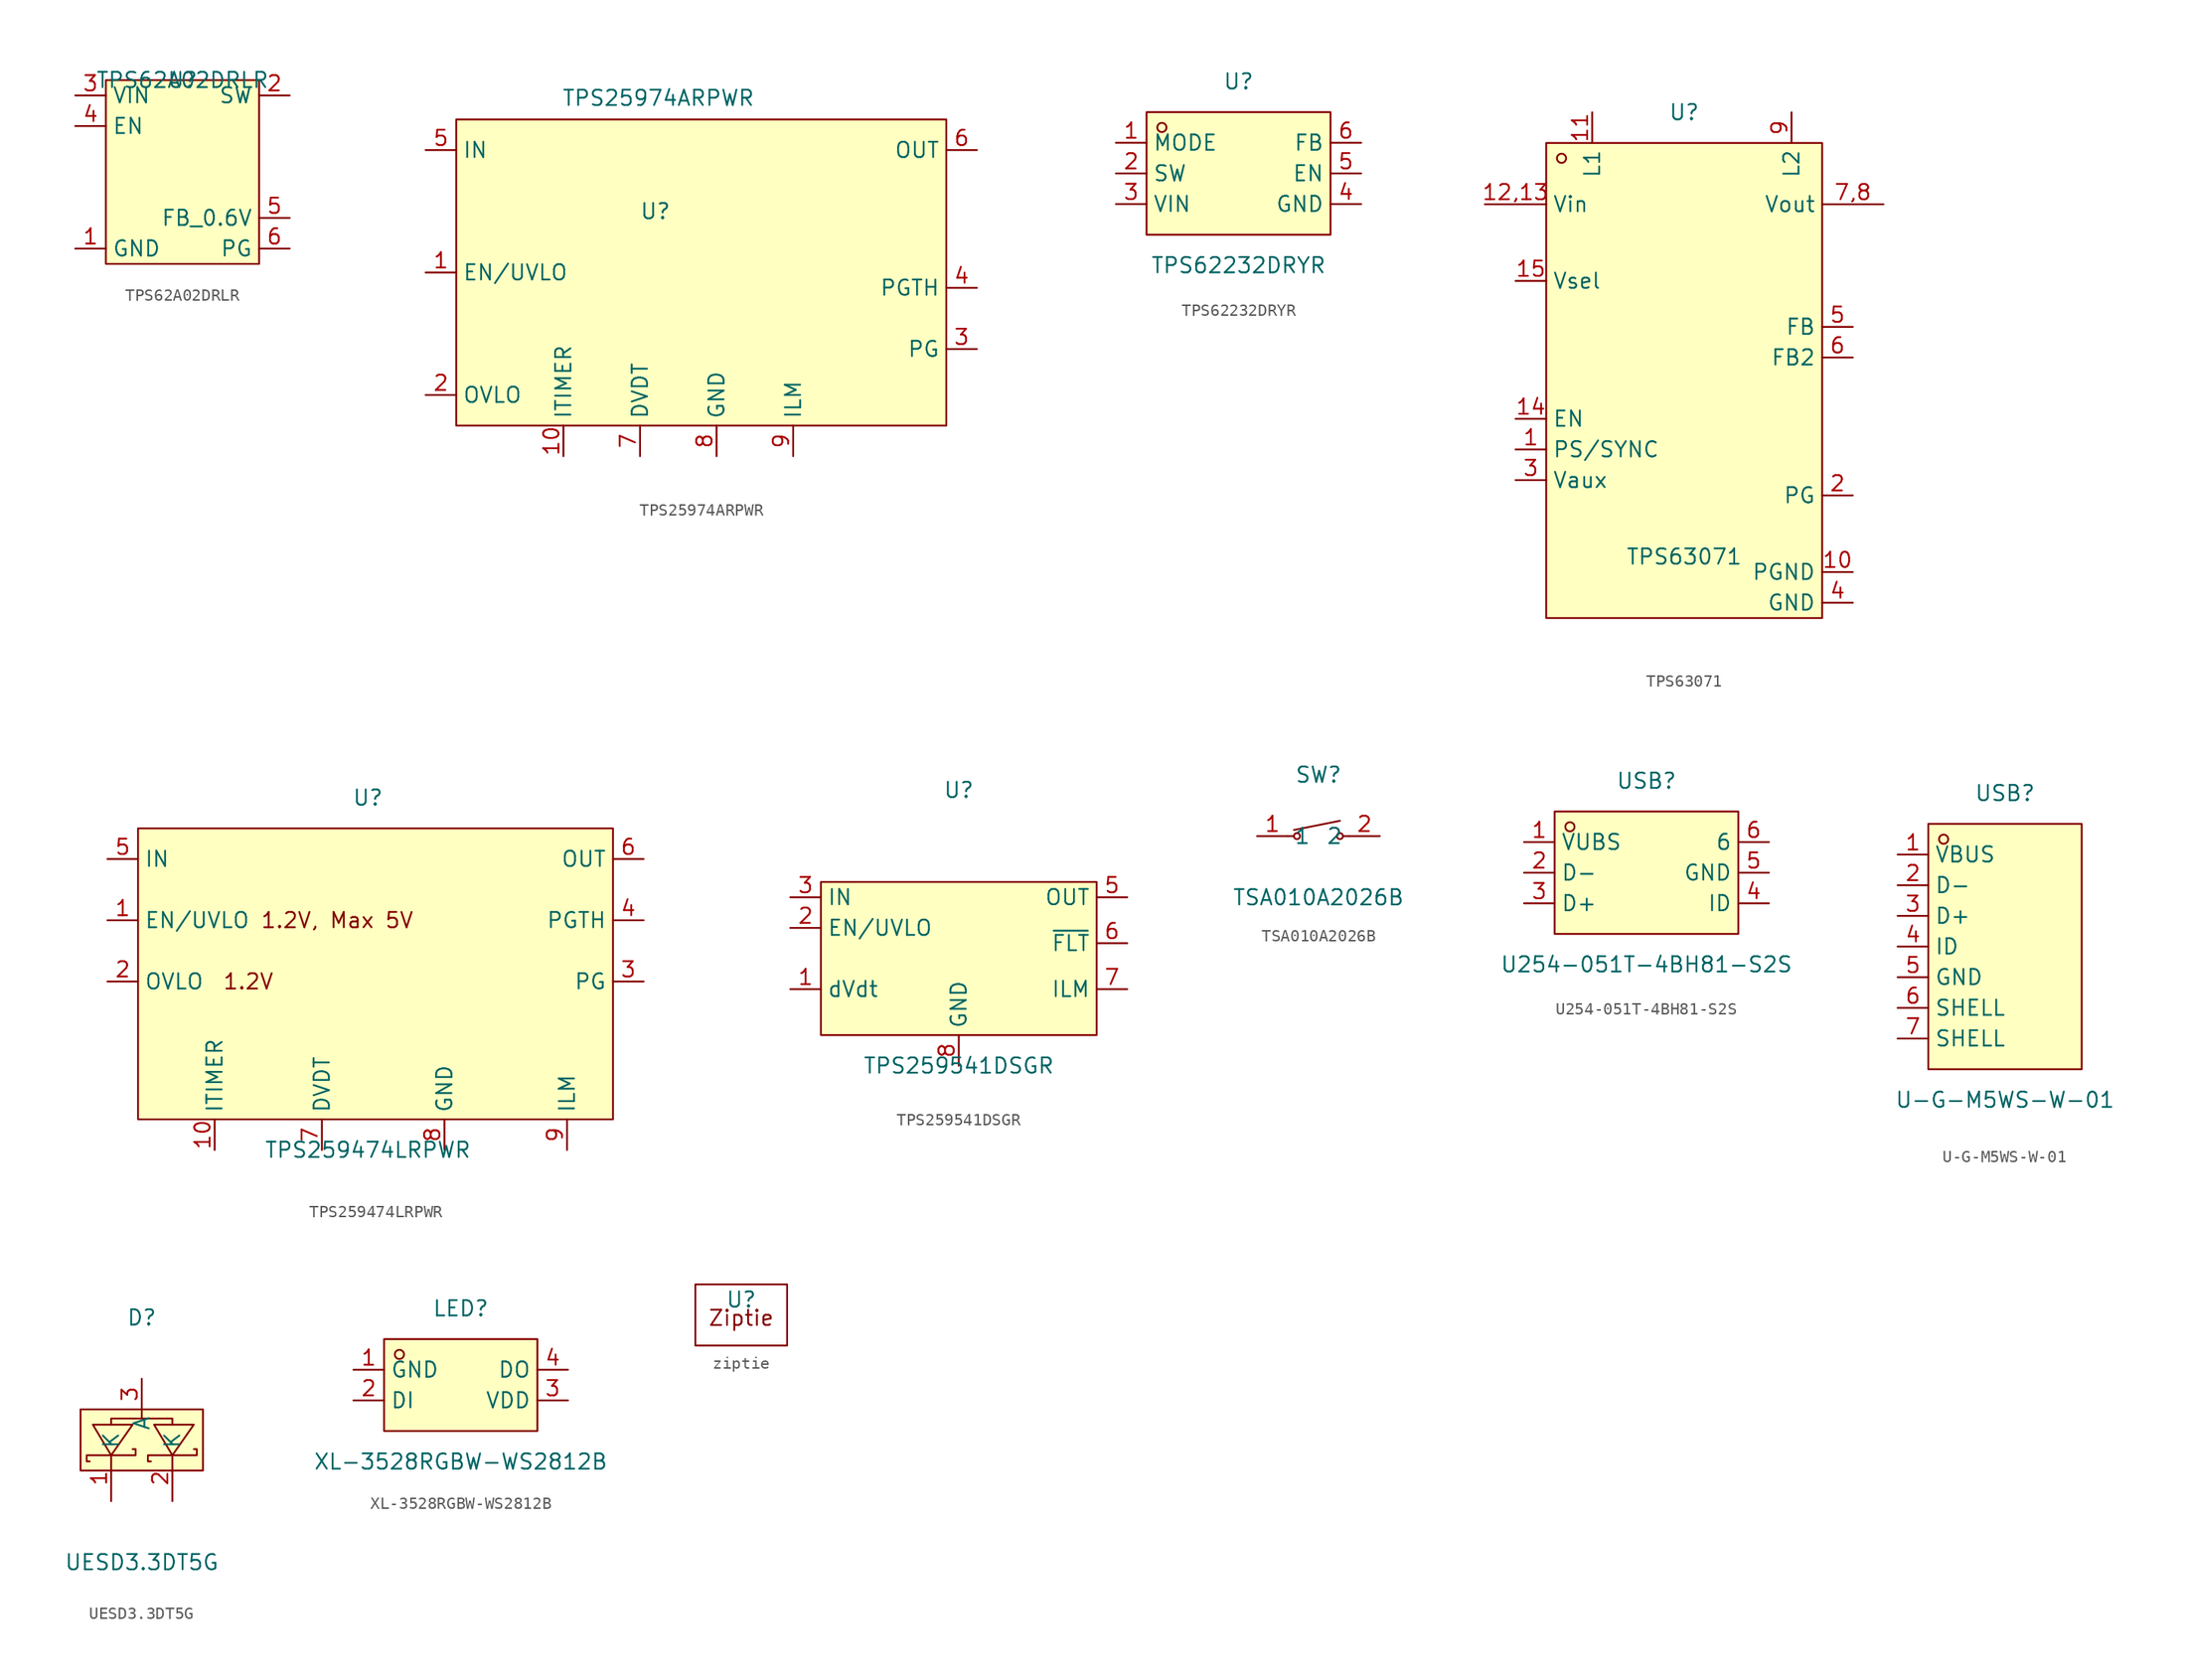
<source format=kicad_sym>
(kicad_symbol_lib
  (version 20231120)
  (generator "kicad_symbol_editor")
  (generator_version "8.0")
  (symbol "TPS62A02DRLR"
    (property "Reference" "U"
      (at 0 0 0)
      (effects (font (size 1.27 1.27))))
    (property "Value" "TPS62A02DRLR"
      (at 0 0 0)
      (effects (font (size 1.27 1.27))))
    (symbol "TPS62A02DRLR_1_1"
      (rectangle (start -6.35 0) (end 6.35 -15.24) (stroke (width 0) (type default)) (fill (type background)))
      (pin input line (at -8.89 -13.97 0) (length 2.54) (name "GND" (effects (font (size 1.27 1.27)))) (number "1" (effects (font (size 1.27 1.27)))))
      (pin power_out line (at 8.89 -1.27 180) (length 2.54) (name "SW" (effects (font (size 1.27 1.27)))) (number "2" (effects (font (size 1.27 1.27)))))
      (pin power_in line (at -8.89 -1.27 0) (length 2.54) (name "VIN" (effects (font (size 1.27 1.27)))) (number "3" (effects (font (size 1.27 1.27)))))
      (pin input line (at -8.89 -3.81 0) (length 2.54) (name "EN" (effects (font (size 1.27 1.27)))) (number "4" (effects (font (size 1.27 1.27)))))
      (pin input line (at 8.89 -11.43 180) (length 2.54) (name "FB_0.6V" (effects (font (size 1.27 1.27)))) (number "5" (effects (font (size 1.27 1.27)))))
      (pin input line (at 8.89 -13.97 180) (length 2.54) (name "PG" (effects (font (size 1.27 1.27)))) (number "6" (effects (font (size 1.27 1.27)))))))
  (symbol "TPS25974ARPWR"
    (property "Reference" "U"
      (at 0 10.16 0)
      (effects (font (size 1.27 1.27))))
    (property "Value" "TPS25974ARPWR"
      (at 0.254 19.558 0)
      (effects (font (size 1.27 1.27))))
    (symbol "TPS25974ARPWR_0_1"
      (rectangle (start -16.51 17.78) (end 24.13 -7.62) (stroke (width 0) (type default)) (fill (type background)))
      (pin unspecified line (at -19.05 5.08 0) (length 2.54) (name "EN/UVLO" (effects (font (size 1.27 1.27)))) (number "1" (effects (font (size 1.27 1.27)))))
      (pin unspecified line (at -19.05 15.24 0) (length 2.54) (name "IN" (effects (font (size 1.27 1.27)))) (number "5" (effects (font (size 1.27 1.27)))))
      (pin unspecified line (at 26.67 15.24 180) (length 2.54) (name "OUT" (effects (font (size 1.27 1.27)))) (number "6" (effects (font (size 1.27 1.27)))))
      (pin unspecified line (at -1.27 -10.16 90) (length 2.54) (name "DVDT" (effects (font (size 1.27 1.27)))) (number "7" (effects (font (size 1.27 1.27)))))
      (pin unspecified line (at 5.08 -10.16 90) (length 2.54) (name "GND" (effects (font (size 1.27 1.27)))) (number "8" (effects (font (size 1.27 1.27)))))
      (pin unspecified line (at 11.43 -10.16 90) (length 2.54) (name "ILM" (effects (font (size 1.27 1.27)))) (number "9" (effects (font (size 1.27 1.27))))))
    (symbol "TPS25974ARPWR_1_1"
      (pin unspecified line (at -7.62 -10.16 90) (length 2.54) (name "ITIMER" (effects (font (size 1.27 1.27)))) (number "10" (effects (font (size 1.27 1.27)))))
      (pin unspecified line (at -19.05 -5.08 0) (length 2.54) (name "OVLO" (effects (font (size 1.27 1.27)))) (number "2" (effects (font (size 1.27 1.27)))))
      (pin unspecified line (at 26.67 -1.27 180) (length 2.54) (name "PG" (effects (font (size 1.27 1.27)))) (number "3" (effects (font (size 1.27 1.27)))))
      (pin unspecified line (at 26.67 3.81 180) (length 2.54) (name "PGTH" (effects (font (size 1.27 1.27)))) (number "4" (effects (font (size 1.27 1.27)))))))
  (symbol "TPS62232DRYR"
    (property "Reference" "U"
      (at 0 7.62 0)
      (effects (font (size 1.27 1.27))))
    (property "Value" "TPS62232DRYR"
      (at 0 -7.62 0)
      (effects (font (size 1.27 1.27))))
    (symbol "TPS62232DRYR_0_1"
      (rectangle (start -7.62 5.08) (end 7.62 -5.08) (stroke (width 0) (type default)) (fill (type background)))
      (circle (center -6.35 3.81) (radius 0.38) (stroke (width 0) (type default)) (fill (type none)))
      (pin unspecified line (at -10.16 2.54 0) (length 2.54) (name "MODE" (effects (font (size 1.27 1.27)))) (number "1" (effects (font (size 1.27 1.27)))))
      (pin unspecified line (at -10.16 0 0) (length 2.54) (name "SW" (effects (font (size 1.27 1.27)))) (number "2" (effects (font (size 1.27 1.27)))))
      (pin unspecified line (at -10.16 -2.54 0) (length 2.54) (name "VIN" (effects (font (size 1.27 1.27)))) (number "3" (effects (font (size 1.27 1.27)))))
      (pin unspecified line (at 10.16 -2.54 180) (length 2.54) (name "GND" (effects (font (size 1.27 1.27)))) (number "4" (effects (font (size 1.27 1.27)))))
      (pin unspecified line (at 10.16 0 180) (length 2.54) (name "EN" (effects (font (size 1.27 1.27)))) (number "5" (effects (font (size 1.27 1.27)))))
      (pin unspecified line (at 10.16 2.54 180) (length 2.54) (name "FB" (effects (font (size 1.27 1.27)))) (number "6" (effects (font (size 1.27 1.27)))))))
  (symbol "TPS63071"
    (property "Reference" "U"
      (at 0 13.97 0)
      (effects (font (size 1.27 1.27))))
    (property "Value" "TPS63071"
      (at 0 -22.86 0)
      (effects (font (size 1.27 1.27))))
    (symbol "TPS63071_0_1"
      (rectangle (start -11.43 11.43) (end 11.43 -27.94) (stroke (width 0) (type default)) (fill (type background)))
      (circle (center -10.16 10.16) (radius 0.38) (stroke (width 0) (type default)) (fill (type none)))
      (pin unspecified line (at -13.97 -13.97 0) (length 2.54) (name "PS/SYNC" (effects (font (size 1.27 1.27)))) (number "1" (effects (font (size 1.27 1.27)))))
      (pin unspecified line (at 13.97 -24.13 180) (length 2.54) (name "PGND" (effects (font (size 1.27 1.27)))) (number "10" (effects (font (size 1.27 1.27)))))
      (pin unspecified line (at -13.97 -11.43 0) (length 2.54) (name "EN" (effects (font (size 1.27 1.27)))) (number "14" (effects (font (size 1.27 1.27)))))
      (pin unspecified line (at -13.97 0 0) (length 2.54) (name "Vsel" (effects (font (size 1.27 1.27)))) (number "15" (effects (font (size 1.27 1.27)))))
      (pin unspecified line (at 13.97 -17.78 180) (length 2.54) (name "PG" (effects (font (size 1.27 1.27)))) (number "2" (effects (font (size 1.27 1.27)))))
      (pin unspecified line (at -13.97 -16.51 0) (length 2.54) (name "Vaux" (effects (font (size 1.27 1.27)))) (number "3" (effects (font (size 1.27 1.27)))))
      (pin unspecified line (at 13.97 -26.67 180) (length 2.54) (name "GND" (effects (font (size 1.27 1.27)))) (number "4" (effects (font (size 1.27 1.27)))))
      (pin unspecified line (at 13.97 -3.81 180) (length 2.54) (name "FB" (effects (font (size 1.27 1.27)))) (number "5" (effects (font (size 1.27 1.27)))))
      (pin unspecified line (at 13.97 -6.35 180) (length 2.54) (name "FB2" (effects (font (size 1.27 1.27)))) (number "6" (effects (font (size 1.27 1.27)))))
      (pin unspecified line (at 8.89 13.97 270) (length 2.54) (name "L2" (effects (font (size 1.27 1.27)))) (number "9" (effects (font (size 1.27 1.27))))))
    (symbol "TPS63071_1_1"
      (pin power_out line (at -7.62 13.97 270) (length 2.54) (name "L1" (effects (font (size 1.27 1.27)))) (number "11" (effects (font (size 1.27 1.27)))))
      (pin power_in line (at -16.51 6.35 0) (length 5.08) (name "Vin" (effects (font (size 1.27 1.27)))) (number "12,13" (effects (font (size 1.27 1.27)))))
      (pin unspecified line (at 16.51 6.35 180) (length 5.08) (name "Vout" (effects (font (size 1.27 1.27)))) (number "7,8" (effects (font (size 1.27 1.27)))))))
  (symbol "TPS259474LRPWR"
    (property "Reference" "U"
      (at 0 10.16 0)
      (effects (font (size 1.27 1.27))))
    (property "Value" "TPS259474LRPWR"
      (at 0 -19.05 0)
      (effects (font (size 1.27 1.27))))
    (symbol "TPS259474LRPWR_0_1"
      (rectangle (start -19.05 7.62) (end 20.32 -16.51) (stroke (width 0) (type default)) (fill (type background)))
      (pin unspecified line (at -21.59 0 0) (length 2.54) (name "EN/UVLO" (effects (font (size 1.27 1.27)))) (number "1" (effects (font (size 1.27 1.27)))))
      (pin unspecified line (at -12.7 -19.05 90) (length 2.54) (name "ITIMER" (effects (font (size 1.27 1.27)))) (number "10" (effects (font (size 1.27 1.27)))))
      (pin unspecified line (at -21.59 5.08 0) (length 2.54) (name "IN" (effects (font (size 1.27 1.27)))) (number "5" (effects (font (size 1.27 1.27)))))
      (pin unspecified line (at -3.81 -19.05 90) (length 2.54) (name "DVDT" (effects (font (size 1.27 1.27)))) (number "7" (effects (font (size 1.27 1.27)))))
      (pin unspecified line (at 6.35 -19.05 90) (length 2.54) (name "GND" (effects (font (size 1.27 1.27)))) (number "8" (effects (font (size 1.27 1.27)))))
      (pin unspecified line (at 16.51 -19.05 90) (length 2.54) (name "ILM" (effects (font (size 1.27 1.27)))) (number "9" (effects (font (size 1.27 1.27))))))
    (symbol "TPS259474LRPWR_1_1"
      (text "1.2V" (at -9.906 -5.08 0) (effects (font (size 1.27 1.27))))
      (text "1.2V, Max 5V" (at -2.54 0 0) (effects (font (size 1.27 1.27))))
      (pin unspecified line (at -21.59 -5.08 0) (length 2.54) (name "OVLO" (effects (font (size 1.27 1.27)))) (number "2" (effects (font (size 1.27 1.27)))))
      (pin unspecified line (at 22.86 -5.08 180) (length 2.54) (name "PG" (effects (font (size 1.27 1.27)))) (number "3" (effects (font (size 1.27 1.27)))))
      (pin unspecified line (at 22.86 0 180) (length 2.54) (name "PGTH" (effects (font (size 1.27 1.27)))) (number "4" (effects (font (size 1.27 1.27)))))
      (pin power_out line (at 22.86 5.08 180) (length 2.54) (name "OUT" (effects (font (size 1.27 1.27)))) (number "6" (effects (font (size 1.27 1.27)))))))
  (symbol "TPS259541DSGR"
    (property "Reference" "U"
      (at 0 13.97 0)
      (effects (font (size 1.27 1.27))))
    (property "Value" "TPS259541DSGR"
      (at 0 -8.89 0)
      (effects (font (size 1.27 1.27))))
    (symbol "TPS259541DSGR_0_1"
      (rectangle (start -11.43 6.35) (end 11.43 -6.35) (stroke (width 0) (type default)) (fill (type background)))
      (pin unspecified line (at -13.97 -2.54 0) (length 2.54) (name "dVdt" (effects (font (size 1.27 1.27)))) (number "1" (effects (font (size 1.27 1.27)))))
      (pin unspecified line (at -13.97 2.54 0) (length 2.54) (name "EN/UVLO" (effects (font (size 1.27 1.27)))) (number "2" (effects (font (size 1.27 1.27)))))
      (pin unspecified line (at -13.97 5.08 0) (length 2.54) (name "IN" (effects (font (size 1.27 1.27)))) (number "3" (effects (font (size 1.27 1.27)))))
      (pin unspecified line (at 13.97 1.27 180) (length 2.54) (name "~{FLT}" (effects (font (size 1.27 1.27)))) (number "6" (effects (font (size 1.27 1.27)))))
      (pin unspecified line (at 13.97 -2.54 180) (length 2.54) (name "ILM" (effects (font (size 1.27 1.27)))) (number "7" (effects (font (size 1.27 1.27)))))
      (pin unspecified line (at 0 -8.89 90) (length 2.54) (name "GND" (effects (font (size 1.27 1.27)))) (number "8" (effects (font (size 1.27 1.27))))))
    (symbol "TPS259541DSGR_1_1"
      (pin unspecified line (at -13.97 5.08 0) (length 2.54) hide (name "IN" (effects (font (size 1.27 1.27)))) (number "4" (effects (font (size 1.27 1.27)))))
      (pin power_out line (at 13.97 5.08 180) (length 2.54) (name "OUT" (effects (font (size 1.27 1.27)))) (number "5" (effects (font (size 1.27 1.27)))))
      (pin unspecified line (at 0 -8.89 90) (length 2.54) hide (name "GND" (effects (font (size 1.27 1.27)))) (number "9" (effects (font (size 1.27 1.27)))))))
  (symbol "TSA010A2026B"
    (property "Reference" "SW"
      (at 0 5.08 0)
      (effects (font (size 1.27 1.27))))
    (property "Value" "TSA010A2026B"
      (at 0 -5.08 0)
      (effects (font (size 1.27 1.27))))
    (symbol "TSA010A2026B_0_1"
      (circle (center -1.78 0) (radius 0.25) (stroke (width 0) (type default)) (fill (type none)))
      (polyline (pts (xy -2.03 0) (xy -2.54 0)) (stroke (width 0) (type default)) (fill (type none)))
      (polyline (pts (xy 1.78 1.27) (xy -2.03 0.51)) (stroke (width 0) (type default)) (fill (type none)))
      (polyline (pts (xy 2.54 0) (xy 2.03 0)) (stroke (width 0) (type default)) (fill (type none)))
      (circle (center 1.78 0) (radius 0.25) (stroke (width 0) (type default)) (fill (type none)))
      (pin unspecified line (at -5.08 0 0) (length 2.54) (name "1" (effects (font (size 1.27 1.27)))) (number "1" (effects (font (size 1.27 1.27)))))
      (pin unspecified line (at 5.08 0 180) (length 2.54) (name "2" (effects (font (size 1.27 1.27)))) (number "2" (effects (font (size 1.27 1.27)))))))
  (symbol "U254-051T-4BH81-S2S"
    (property "Reference" "USB"
      (at 0 7.62 0)
      (effects (font (size 1.27 1.27))))
    (property "Value" "U254-051T-4BH81-S2S"
      (at 0 -7.62 0)
      (effects (font (size 1.27 1.27))))
    (symbol "U254-051T-4BH81-S2S_0_1"
      (rectangle (start -7.62 5.08) (end 7.62 -5.08) (stroke (width 0) (type default)) (fill (type background)))
      (circle (center -6.35 3.81) (radius 0.38) (stroke (width 0) (type default)) (fill (type none)))
      (pin unspecified line (at -10.16 2.54 0) (length 2.54) (name "VUBS" (effects (font (size 1.27 1.27)))) (number "1" (effects (font (size 1.27 1.27)))))
      (pin unspecified line (at 10.16 -2.54 180) (length 2.54) (name "ID" (effects (font (size 1.27 1.27)))) (number "4" (effects (font (size 1.27 1.27)))))
      (pin unspecified line (at 10.16 0 180) (length 2.54) (name "GND" (effects (font (size 1.27 1.27)))) (number "5" (effects (font (size 1.27 1.27)))))
      (pin unspecified line (at 10.16 2.54 180) (length 2.54) (name "6" (effects (font (size 1.27 1.27)))) (number "6" (effects (font (size 1.27 1.27))))))
    (symbol "U254-051T-4BH81-S2S_1_1"
      (pin bidirectional line (at -10.16 0 0) (length 2.54) (name "D-" (effects (font (size 1.27 1.27)))) (number "2" (effects (font (size 1.27 1.27)))))
      (pin bidirectional line (at -10.16 -2.54 0) (length 2.54) (name "D+" (effects (font (size 1.27 1.27)))) (number "3" (effects (font (size 1.27 1.27)))))))
  (symbol "U-G-M5WS-W-01"
    (property "Reference" "USB"
      (at 0 12.7 0)
      (effects (font (size 1.27 1.27))))
    (property "Value" "U-G-M5WS-W-01"
      (at 0 -12.7 0)
      (effects (font (size 1.27 1.27))))
    (symbol "U-G-M5WS-W-01_0_1"
      (rectangle (start -6.35 10.16) (end 6.35 -10.16) (stroke (width 0) (type default)) (fill (type background)))
      (circle (center -5.08 8.89) (radius 0.38) (stroke (width 0) (type default)) (fill (type none)))
      (pin unspecified line (at -8.89 7.62 0) (length 2.54) (name "VBUS" (effects (font (size 1.27 1.27)))) (number "1" (effects (font (size 1.27 1.27)))))
      (pin unspecified line (at -8.89 5.08 0) (length 2.54) (name "D-" (effects (font (size 1.27 1.27)))) (number "2" (effects (font (size 1.27 1.27)))))
      (pin unspecified line (at -8.89 2.54 0) (length 2.54) (name "D+" (effects (font (size 1.27 1.27)))) (number "3" (effects (font (size 1.27 1.27)))))
      (pin unspecified line (at -8.89 0 0) (length 2.54) (name "ID" (effects (font (size 1.27 1.27)))) (number "4" (effects (font (size 1.27 1.27)))))
      (pin unspecified line (at -8.89 -2.54 0) (length 2.54) (name "GND" (effects (font (size 1.27 1.27)))) (number "5" (effects (font (size 1.27 1.27)))))
      (pin unspecified line (at -8.89 -5.08 0) (length 2.54) (name "SHELL" (effects (font (size 1.27 1.27)))) (number "6" (effects (font (size 1.27 1.27)))))
      (pin unspecified line (at -8.89 -7.62 0) (length 2.54) (name "SHELL" (effects (font (size 1.27 1.27)))) (number "7" (effects (font (size 1.27 1.27)))))))
  (symbol "UESD3.3DT5G"
    (property "Reference" "D"
      (at 0 10.16 0)
      (effects (font (size 1.27 1.27))))
    (property "Value" "UESD3.3DT5G"
      (at 0 -10.16 0)
      (effects (font (size 1.27 1.27))))
    (symbol "UESD3.3DT5G_0_1"
      (rectangle (start -5.08 2.54) (end 5.08 -2.54) (stroke (width 0) (type default)) (fill (type background)))
      (polyline (pts (xy 0 1.78) (xy 2.54 1.78) (xy 2.54 1.27)) (stroke (width 0) (type default)) (fill (type none)))
      (polyline (pts (xy -4.06 1.27) (xy -2.54 -1.27) (xy -0.76 1.27) (xy -4.06 1.27)) (stroke (width 0) (type default)) (fill (type background)))
      (polyline (pts (xy -2.54 1.27) (xy -2.54 1.78) (xy 0 1.78) (xy 0 2.54)) (stroke (width 0) (type default)) (fill (type none)))
      (polyline (pts (xy 1.02 1.27) (xy 2.54 -1.27) (xy 4.32 1.27) (xy 1.02 1.27)) (stroke (width 0) (type default)) (fill (type background)))
      (polyline (pts (xy -4.32 -1.78) (xy -4.57 -1.78) (xy -4.57 -1.27) (xy -0.51 -1.27) (xy -0.51 -0.76) (xy -0.76 -0.76)) (stroke (width 0) (type default)) (fill (type none)))
      (polyline (pts (xy 0.76 -1.78) (xy 0.51 -1.78) (xy 0.51 -1.27) (xy 4.57 -1.27) (xy 4.57 -0.76) (xy 4.32 -0.76)) (stroke (width 0) (type default)) (fill (type none)))
      (pin unspecified line (at -2.54 -5.08 90) (length 3.81) (name "K" (effects (font (size 1.27 1.27)))) (number "1" (effects (font (size 1.27 1.27)))))
      (pin unspecified line (at 2.54 -5.08 90) (length 3.81) (name "K" (effects (font (size 1.27 1.27)))) (number "2" (effects (font (size 1.27 1.27)))))
      (pin unspecified line (at 0 5.08 270) (length 2.54) (name "A" (effects (font (size 1.27 1.27)))) (number "3" (effects (font (size 1.27 1.27)))))))
  (symbol "XL-3528RGBW-WS2812B"
    (property "Reference" "LED"
      (at 0 6.35 0)
      (effects (font (size 1.27 1.27))))
    (property "Value" "XL-3528RGBW-WS2812B"
      (at 0 -6.35 0)
      (effects (font (size 1.27 1.27))))
    (symbol "XL-3528RGBW-WS2812B_0_1"
      (rectangle (start -6.35 3.81) (end 6.35 -3.81) (stroke (width 0) (type default)) (fill (type background)))
      (circle (center -5.08 2.54) (radius 0.38) (stroke (width 0) (type default)) (fill (type none)))
      (pin unspecified line (at -8.89 1.27 0) (length 2.54) (name "GND" (effects (font (size 1.27 1.27)))) (number "1" (effects (font (size 1.27 1.27)))))
      (pin unspecified line (at -8.89 -1.27 0) (length 2.54) (name "DI" (effects (font (size 1.27 1.27)))) (number "2" (effects (font (size 1.27 1.27)))))
      (pin unspecified line (at 8.89 -1.27 180) (length 2.54) (name "VDD" (effects (font (size 1.27 1.27)))) (number "3" (effects (font (size 1.27 1.27)))))
      (pin unspecified line (at 8.89 1.27 180) (length 2.54) (name "DO" (effects (font (size 1.27 1.27)))) (number "4" (effects (font (size 1.27 1.27)))))))
  (symbol "ziptie"
    (property "Reference" "U"
      (at 0 0 0)
      (effects (font (size 1.27 1.27))))
    (property "Value" ""
      (at 0 0 0)
      (effects (font (size 1.27 1.27))))
    (symbol "ziptie_0_1"
      (rectangle (start -3.81 1.27) (end 3.81 -3.81) (stroke (width 0) (type default)) (fill (type none))))
    (symbol "ziptie_1_1"
      (text "Ziptie" (at 0 -1.524 0) (effects (font (size 1.27 1.27)))))))
</source>
